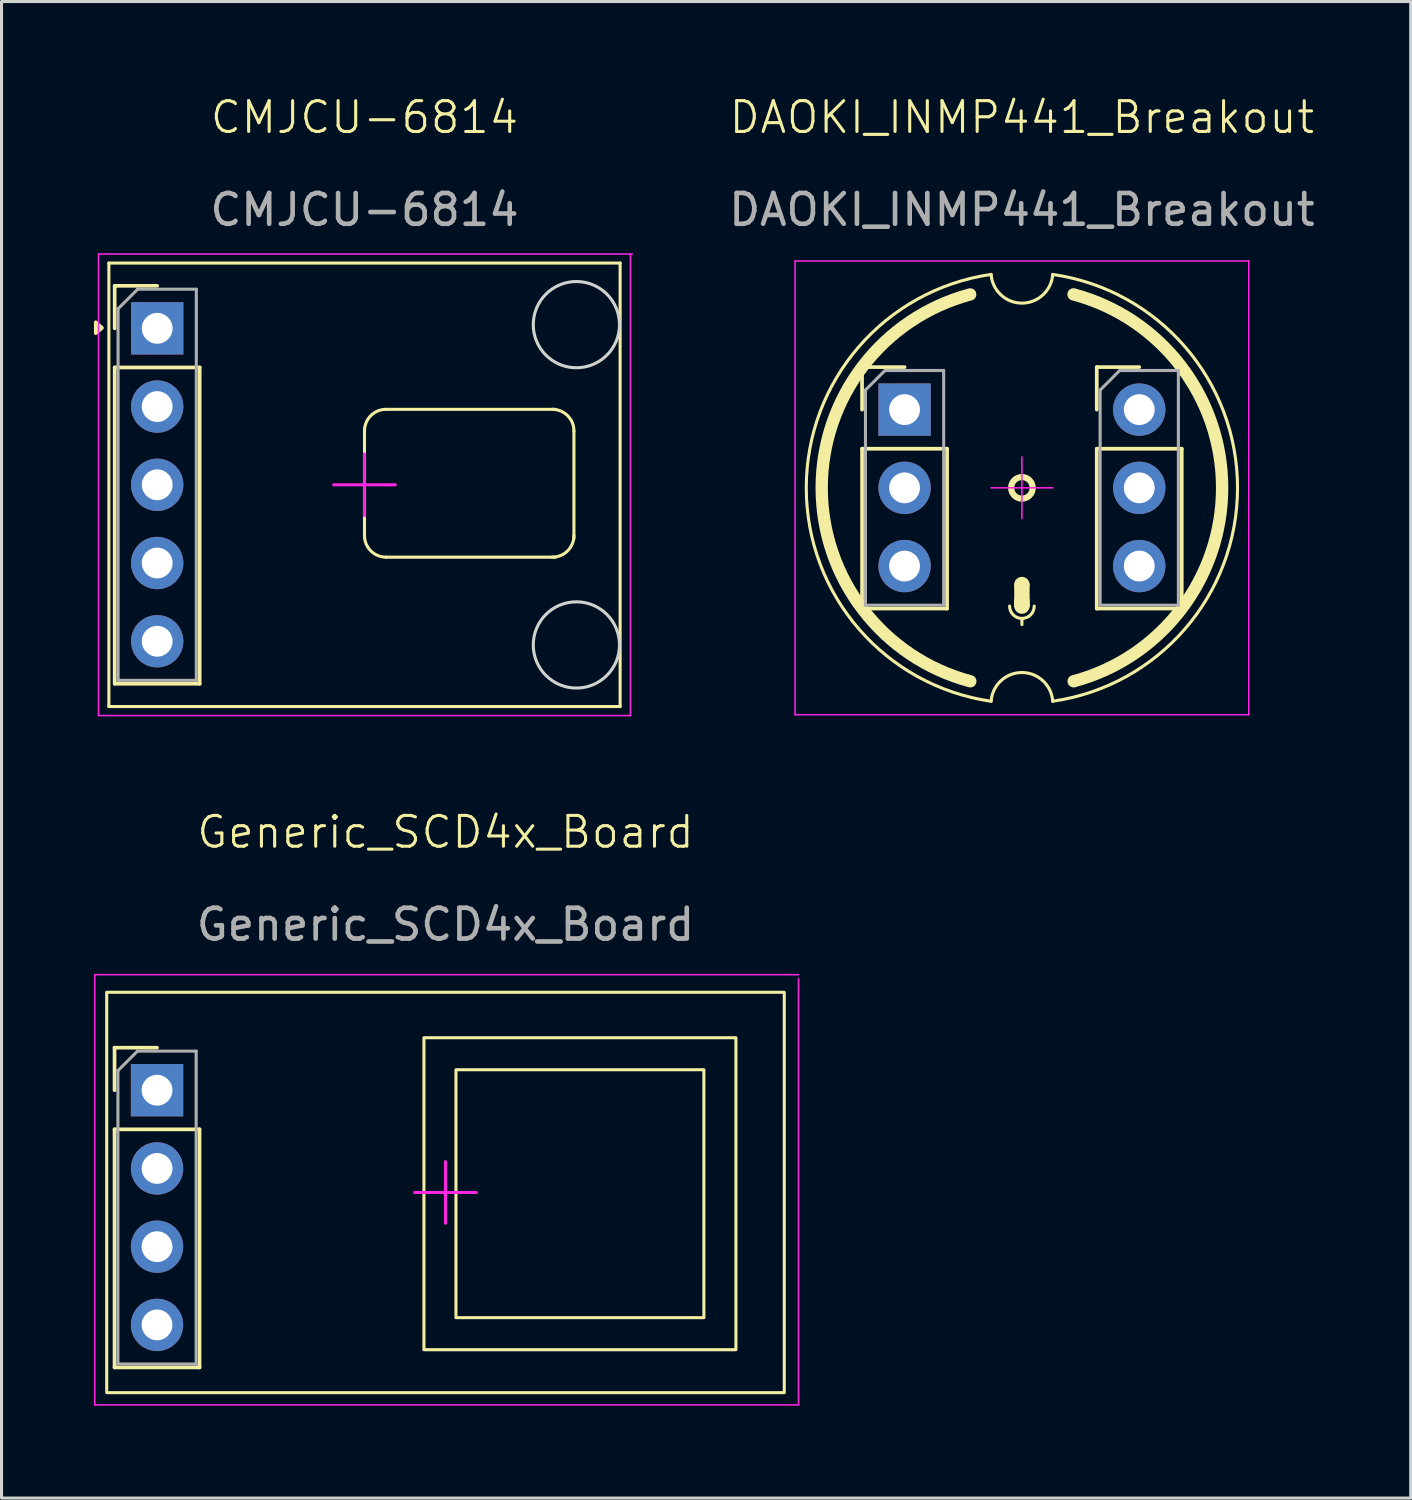
<source format=kicad_pcb>
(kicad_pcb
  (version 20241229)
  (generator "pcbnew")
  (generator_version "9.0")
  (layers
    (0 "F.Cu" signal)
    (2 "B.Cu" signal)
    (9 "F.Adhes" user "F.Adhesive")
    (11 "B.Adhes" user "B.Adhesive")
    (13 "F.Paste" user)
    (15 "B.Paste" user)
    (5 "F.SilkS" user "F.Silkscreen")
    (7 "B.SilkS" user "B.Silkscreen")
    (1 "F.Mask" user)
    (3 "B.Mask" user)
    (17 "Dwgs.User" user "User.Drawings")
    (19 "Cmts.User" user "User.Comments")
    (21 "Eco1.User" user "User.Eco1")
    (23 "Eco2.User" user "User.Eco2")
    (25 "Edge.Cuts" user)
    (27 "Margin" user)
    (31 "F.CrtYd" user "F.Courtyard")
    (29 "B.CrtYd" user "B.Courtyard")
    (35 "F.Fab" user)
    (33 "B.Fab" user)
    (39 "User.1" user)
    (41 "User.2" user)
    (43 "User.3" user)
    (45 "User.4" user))
  (footprint "DAOKI_INMP441_Breakout"
    (layer "F.Cu")
    (at 30.131 12.79)
    (property "Reference" "DAOKI_INMP441_Breakout" (at 0 -12.03 0) (unlocked yes) (layer "F.SilkS") (effects (font (size 1 1) (thickness 0.1))))
    (attr smd)
    (fp_line (start -5.19 -3.92) (end -3.81 -3.92) (stroke (width 0.12) (type solid)) (layer "F.SilkS"))
    (fp_line (start -5.19 -2.54) (end -5.19 -3.92) (stroke (width 0.12) (type solid)) (layer "F.SilkS"))
    (fp_line (start -5.19 -1.27) (end -5.19 3.92) (stroke (width 0.12) (type solid)) (layer "F.SilkS"))
    (fp_line (start -5.19 -1.27) (end -2.43 -1.27) (stroke (width 0.12) (type solid)) (layer "F.SilkS"))
    (fp_line (start -5.19 3.92) (end -2.43 3.92) (stroke (width 0.12) (type solid)) (layer "F.SilkS"))
    (fp_line (start -2.43 -1.27) (end -2.43 3.92) (stroke (width 0.12) (type solid)) (layer "F.SilkS"))
    (fp_line (start -0.2 3.64) (end -0.2 3.84) (stroke (width 0.1) (type default)) (layer "F.SilkS"))
    (fp_line (start 0 4.24) (end 0 4.44) (stroke (width 0.1) (type default)) (layer "F.SilkS"))
    (fp_line (start 0.2 3.64) (end 0.2 3.84) (stroke (width 0.1) (type default)) (layer "F.SilkS"))
    (fp_line (start 2.43 -3.92) (end 3.81 -3.92) (stroke (width 0.12) (type solid)) (layer "F.SilkS"))
    (fp_line (start 2.43 -2.54) (end 2.43 -3.92) (stroke (width 0.12) (type solid)) (layer "F.SilkS"))
    (fp_line (start 2.43 -1.27) (end 2.43 3.92) (stroke (width 0.12) (type solid)) (layer "F.SilkS"))
    (fp_line (start 2.43 -1.27) (end 5.19 -1.27) (stroke (width 0.12) (type solid)) (layer "F.SilkS"))
    (fp_line (start 2.43 3.92) (end 5.19 3.92) (stroke (width 0.12) (type solid)) (layer "F.SilkS"))
    (fp_line (start 5.19 -1.27) (end 5.19 3.92) (stroke (width 0.12) (type solid)) (layer "F.SilkS"))
    (fp_rect (start -0.2 3.14) (end 0.2 3.84) (stroke (width 0.1) (type solid)) (fill yes) (layer "F.SilkS"))
    (fp_arc (start -1.675794 6.281124) (mid -6.500831 0.002177) (end -1.68 -6.28) (stroke (width 0.4) (type solid)) (layer "F.SilkS"))
    (fp_arc (start -1.000052 6.930006) (mid -7.001792 -0.000026) (end -1 -6.930014) (stroke (width 0.1) (type default)) (layer "F.SilkS"))
    (fp_arc (start -0.99995 6.929296) (mid 0.000353 5.997554) (end 1 6.93) (stroke (width 0.1) (type default)) (layer "F.SilkS"))
    (fp_arc (start 0.4 3.84) (mid 0 4.24) (end -0.4 3.84) (stroke (width 0.1) (type default)) (layer "F.SilkS"))
    (fp_arc (start 0.99995 -6.929303) (mid 7.001081 0.000025) (end 0.9999 6.92931) (stroke (width 0.1) (type default)) (layer "F.SilkS"))
    (fp_arc (start 0.99995 -6.929296) (mid -0.000353 -5.997554) (end -1 -6.93) (stroke (width 0.1) (type default)) (layer "F.SilkS"))
    (fp_arc (start 1.675793 -6.281099) (mid 6.50083 -0.002152) (end 1.679999 6.280025) (stroke (width 0.4) (type solid)) (layer "F.SilkS"))
    (fp_circle (center 0 0) (end 0.35 0) (stroke (width 0.2) (type solid)) (fill no) (layer "F.SilkS"))
    (fp_circle (center 0 3.14) (end 0 3.34) (stroke (width 0.1) (type solid)) (fill yes) (layer "F.SilkS"))
    (fp_circle (center 0 3.84) (end 0 4.04) (stroke (width 0.1) (type solid)) (fill yes) (layer "F.SilkS"))
    (fp_line (start -7.366 -7.366) (end -7.366 7.366) (stroke (width 0.05) (type solid)) (layer "F.CrtYd"))
    (fp_line (start -7.366 7.366) (end 7.366 7.366) (stroke (width 0.05) (type solid)) (layer "F.CrtYd"))
    (fp_line (start 0 0) (end -1 0) (stroke (width 0.05) (type solid)) (layer "F.CrtYd"))
    (fp_line (start 0 0) (end 0 -1) (stroke (width 0.05) (type solid)) (layer "F.CrtYd"))
    (fp_line (start 0 0) (end 1 0) (stroke (width 0.05) (type solid)) (layer "F.CrtYd"))
    (fp_line (start 0 1) (end 0 0) (stroke (width 0.05) (type solid)) (layer "F.CrtYd"))
    (fp_line (start 7.366 -7.366) (end -7.366 -7.366) (stroke (width 0.05) (type solid)) (layer "F.CrtYd"))
    (fp_line (start 7.366 7.366) (end 7.366 -7.366) (stroke (width 0.05) (type solid)) (layer "F.CrtYd"))
    (fp_line (start -5.08 -3.175) (end -4.445 -3.81) (stroke (width 0.1) (type solid)) (layer "F.Fab"))
    (fp_line (start -5.08 3.81) (end -5.08 -3.175) (stroke (width 0.1) (type solid)) (layer "F.Fab"))
    (fp_line (start -4.445 -3.81) (end -2.54 -3.81) (stroke (width 0.1) (type solid)) (layer "F.Fab"))
    (fp_line (start -2.54 -3.81) (end -2.54 3.81) (stroke (width 0.1) (type solid)) (layer "F.Fab"))
    (fp_line (start -2.54 3.81) (end -5.08 3.81) (stroke (width 0.1) (type solid)) (layer "F.Fab"))
    (fp_line (start 2.54 -3.175) (end 3.175 -3.81) (stroke (width 0.1) (type solid)) (layer "F.Fab"))
    (fp_line (start 2.54 3.81) (end 2.54 -3.175) (stroke (width 0.1) (type solid)) (layer "F.Fab"))
    (fp_line (start 3.175 -3.81) (end 5.08 -3.81) (stroke (width 0.1) (type solid)) (layer "F.Fab"))
    (fp_line (start 5.08 -3.81) (end 5.08 3.81) (stroke (width 0.1) (type solid)) (layer "F.Fab"))
    (fp_line (start 5.08 3.81) (end 2.54 3.81) (stroke (width 0.1) (type solid)) (layer "F.Fab"))
    (fp_text user "${REFERENCE}" (at 0 -9.03 0) (unlocked yes) (layer "F.Fab") (effects (font (size 1 1) (thickness 0.15))))
    (pad "1" thru_hole rect (at -3.81 -2.54) (size 1.7 1.7) (drill 1) (layers "*.Cu" "*.Mask"))
    (pad "2" thru_hole circle (at -3.81 0) (size 1.7 1.7) (drill 1) (layers "*.Cu" "*.Mask"))
    (pad "3" thru_hole circle (at -3.81 2.54) (size 1.7 1.7) (drill 1) (layers "*.Cu" "*.Mask"))
    (pad "4" thru_hole circle (at 3.81 2.54) (size 1.7 1.7) (drill 1) (layers "*.Cu" "*.Mask"))
    (pad "5" thru_hole circle (at 3.81 0) (size 1.7 1.7) (drill 1) (layers "*.Cu" "*.Mask"))
    (pad "6" thru_hole circle (at 3.81 -2.54) (size 1.7 1.7) (drill 1) (layers "*.Cu" "*.Mask")))
  (footprint "Generic_SCD4x_Board"
    (layer "F.Cu")
    (at 11.415 35.649)
    (property "Reference" "Generic_SCD4x_Board" (at 0 -11.68 0) (unlocked yes) (layer "F.SilkS") (effects (font (size 1 1) (thickness 0.1))))
    (attr smd)
    (fp_line (start -10.746 -4.68) (end -9.366 -4.68) (stroke (width 0.12) (type solid)) (layer "F.SilkS"))
    (fp_line (start -10.746 -3.3) (end -10.746 -4.68) (stroke (width 0.12) (type solid)) (layer "F.SilkS"))
    (fp_line (start -10.746 -2.03) (end -10.746 5.7) (stroke (width 0.12) (type solid)) (layer "F.SilkS"))
    (fp_line (start -10.746 -2.03) (end -7.986 -2.03) (stroke (width 0.12) (type solid)) (layer "F.SilkS"))
    (fp_line (start -10.746 5.7) (end -7.986 5.7) (stroke (width 0.12) (type solid)) (layer "F.SilkS"))
    (fp_line (start -7.986 -2.03) (end -7.986 5.7) (stroke (width 0.12) (type solid)) (layer "F.SilkS"))
    (fp_rect (start -11 -6.48) (end 11 6.52) (stroke (width 0.1) (type solid)) (fill no) (layer "F.SilkS"))
    (fp_rect (start -0.7 -5.005) (end 9.43 5.125) (stroke (width 0.1) (type solid)) (fill no) (layer "F.SilkS"))
    (fp_rect (start 0.34 -3.965) (end 8.39 4.085) (stroke (width 0.1) (type solid)) (fill no) (layer "F.SilkS"))
    (fp_line (start -11.39 -7.052) (end -11.39 6.918) (stroke (width 0.05) (type solid)) (layer "F.CrtYd"))
    (fp_line (start -11.39 6.918) (end 11.462 6.918) (stroke (width 0.05) (type solid)) (layer "F.CrtYd"))
    (fp_line (start 0 0.02) (end -1 0.02) (stroke (width 0.1) (type solid)) (layer "F.CrtYd"))
    (fp_line (start 0 0.02) (end 0 -0.98) (stroke (width 0.1) (type solid)) (layer "F.CrtYd"))
    (fp_line (start 0 0.02) (end 0 1.02) (stroke (width 0.1) (type solid)) (layer "F.CrtYd"))
    (fp_line (start 0 0.02) (end 1 0.02) (stroke (width 0.1) (type solid)) (layer "F.CrtYd"))
    (fp_line (start 11.462 -7.052) (end -11.39 -7.052) (stroke (width 0.05) (type solid)) (layer "F.CrtYd"))
    (fp_line (start 11.462 6.918) (end 11.462 -6.925) (stroke (width 0.05) (type solid)) (layer "F.CrtYd"))
    (fp_line (start -10.636 -3.935) (end -10.001 -4.57) (stroke (width 0.1) (type solid)) (layer "F.Fab"))
    (fp_line (start -10.636 5.59) (end -10.636 -3.935) (stroke (width 0.1) (type solid)) (layer "F.Fab"))
    (fp_line (start -10.001 -4.57) (end -8.096 -4.57) (stroke (width 0.1) (type solid)) (layer "F.Fab"))
    (fp_line (start -8.096 -4.57) (end -8.096 5.59) (stroke (width 0.1) (type solid)) (layer "F.Fab"))
    (fp_line (start -8.096 5.59) (end -10.636 5.59) (stroke (width 0.1) (type solid)) (layer "F.Fab"))
    (fp_text user "${REFERENCE}" (at 0 -8.68 0) (unlocked yes) (layer "F.Fab") (effects (font (size 1 1) (thickness 0.15))))
    (pad "1" thru_hole rect (at -9.366 -3.3) (size 1.7 1.7) (drill 1) (layers "*.Cu" "*.Mask"))
    (pad "2" thru_hole circle (at -9.366 -0.76) (size 1.7 1.7) (drill 1) (layers "*.Cu" "*.Mask"))
    (pad "3" thru_hole circle (at -9.366 1.78) (size 1.7 1.7) (drill 1) (layers "*.Cu" "*.Mask"))
    (pad "4" thru_hole circle (at -9.366 4.32) (size 1.7 1.7) (drill 1) (layers "*.Cu" "*.Mask")))
  (footprint "CMJCU-6814"
    (layer "F.Cu")
    (at 8.785 12.691)
    (property "Reference" "CMJCU-6814" (at 0 -11.93 0) (unlocked yes) (layer "F.SilkS") (effects (font (size 1 1) (thickness 0.1))))
    (attr smd)
    (fp_line (start -8.3 -7.2) (end 8.3 -7.2) (stroke (width 0.1) (type solid)) (layer "F.SilkS"))
    (fp_line (start -8.3 7.2) (end -8.3 -7.2) (stroke (width 0.1) (type solid)) (layer "F.SilkS"))
    (fp_line (start -8.3 7.2) (end 8.3 7.2) (stroke (width 0.1) (type solid)) (layer "F.SilkS"))
    (fp_line (start -8.111 -6.46) (end -6.731 -6.46) (stroke (width 0.12) (type solid)) (layer "F.SilkS"))
    (fp_line (start -8.111 -5.08) (end -8.111 -6.46) (stroke (width 0.12) (type solid)) (layer "F.SilkS"))
    (fp_line (start -8.111 -3.81) (end -8.111 6.46) (stroke (width 0.12) (type solid)) (layer "F.SilkS"))
    (fp_line (start -8.111 -3.81) (end -5.351 -3.81) (stroke (width 0.12) (type solid)) (layer "F.SilkS"))
    (fp_line (start -8.111 6.46) (end -5.351 6.46) (stroke (width 0.12) (type solid)) (layer "F.SilkS"))
    (fp_line (start -5.351 -3.81) (end -5.351 6.46) (stroke (width 0.12) (type solid)) (layer "F.SilkS"))
    (fp_line (start 0 1.65) (end 0 -1.75) (stroke (width 0.1) (type solid)) (layer "F.SilkS"))
    (fp_line (start 0.7 -2.45) (end 6.2 -2.45) (stroke (width 0.1) (type solid)) (layer "F.SilkS"))
    (fp_line (start 0.7 2.35) (end 6.2 2.35) (stroke (width 0.1) (type solid)) (layer "F.SilkS"))
    (fp_line (start 6.8 1.75) (end 6.8 -1.75) (stroke (width 0.1) (type solid)) (layer "F.SilkS"))
    (fp_line (start 8.3 7.2) (end 8.3 -7.2) (stroke (width 0.1) (type solid)) (layer "F.SilkS"))
    (fp_arc (start 0 -1.75) (mid 0.205025 -2.244975) (end 0.7 -2.45) (stroke (width 0.1) (type default)) (layer "F.SilkS"))
    (fp_arc (start 0.7 2.35) (mid 0.205025 2.144975) (end 0 1.65) (stroke (width 0.1) (type default)) (layer "F.SilkS"))
    (fp_arc (start 6.1 -2.45) (mid 6.594975 -2.244975) (end 6.8 -1.75) (stroke (width 0.1) (type default)) (layer "F.SilkS"))
    (fp_arc (start 6.8 1.65) (mid 6.594975 2.144975) (end 6.1 2.35) (stroke (width 0.1) (type default)) (layer "F.SilkS"))
    (fp_poly (pts (xy -8.525 -5.095) (xy -8.725 -4.925) (xy -8.725 -5.275) (xy -8.525 -5.095)) (stroke (width 0.12) (type solid)) (fill yes) (layer "F.SilkS"))
    (fp_circle (center 6.88 -5.2) (end 6.88 -3.8) (stroke (width 0.1) (type solid)) (fill no) (layer "Edge.Cuts"))
    (fp_circle (center 6.88 5.2) (end 6.88 6.6) (stroke (width 0.1) (type solid)) (fill no) (layer "Edge.Cuts"))
    (fp_line (start -8.636 -7.493) (end -8.636 7.493) (stroke (width 0.05) (type solid)) (layer "F.CrtYd"))
    (fp_line (start -8.636 7.493) (end 8.636 7.493) (stroke (width 0.05) (type solid)) (layer "F.CrtYd"))
    (fp_line (start -1 0) (end 0 0) (stroke (width 0.1) (type solid)) (layer "F.CrtYd"))
    (fp_line (start 0 -1) (end 0 0) (stroke (width 0.1) (type solid)) (layer "F.CrtYd"))
    (fp_line (start 0 1) (end 0 0) (stroke (width 0.1) (type solid)) (layer "F.CrtYd"))
    (fp_line (start 1 0) (end 0 0) (stroke (width 0.1) (type solid)) (layer "F.CrtYd"))
    (fp_line (start 8.636 7.493) (end 8.636 -7.493) (stroke (width 0.05) (type solid)) (layer "F.CrtYd"))
    (fp_line (start 8.695 -7.493) (end -8.636 -7.493) (stroke (width 0.05) (type solid)) (layer "F.CrtYd"))
    (fp_line (start -8.001 -5.715) (end -7.366 -6.35) (stroke (width 0.1) (type solid)) (layer "F.Fab"))
    (fp_line (start -8.001 6.35) (end -8.001 -5.715) (stroke (width 0.1) (type solid)) (layer "F.Fab"))
    (fp_line (start -7.366 -6.35) (end -5.461 -6.35) (stroke (width 0.1) (type solid)) (layer "F.Fab"))
    (fp_line (start -5.461 -6.35) (end -5.461 6.35) (stroke (width 0.1) (type solid)) (layer "F.Fab"))
    (fp_line (start -5.461 6.35) (end -8.001 6.35) (stroke (width 0.1) (type solid)) (layer "F.Fab"))
    (fp_text user "${REFERENCE}" (at 0 -8.93 0) (unlocked yes) (layer "F.Fab") (effects (font (size 1 1) (thickness 0.15))))
    (pad "1" thru_hole rect (at -6.731 -5.08) (size 1.7 1.7) (drill 1) (layers "*.Cu" "*.Mask"))
    (pad "2" thru_hole circle (at -6.731 -2.54) (size 1.7 1.7) (drill 1) (layers "*.Cu" "*.Mask"))
    (pad "3" thru_hole circle (at -6.731 0) (size 1.7 1.7) (drill 1) (layers "*.Cu" "*.Mask"))
    (pad "4" thru_hole circle (at -6.731 2.54) (size 1.7 1.7) (drill 1) (layers "*.Cu" "*.Mask"))
    (pad "5" thru_hole circle (at -6.731 5.08) (size 1.7 1.7) (drill 1) (layers "*.Cu" "*.Mask")))
  (gr_rect
    (start -3 -3)
    (end 42.756 45.592)
    (stroke (width 0.1) (type default))
    (fill no)
    (layer "Edge.Cuts")))
</source>
